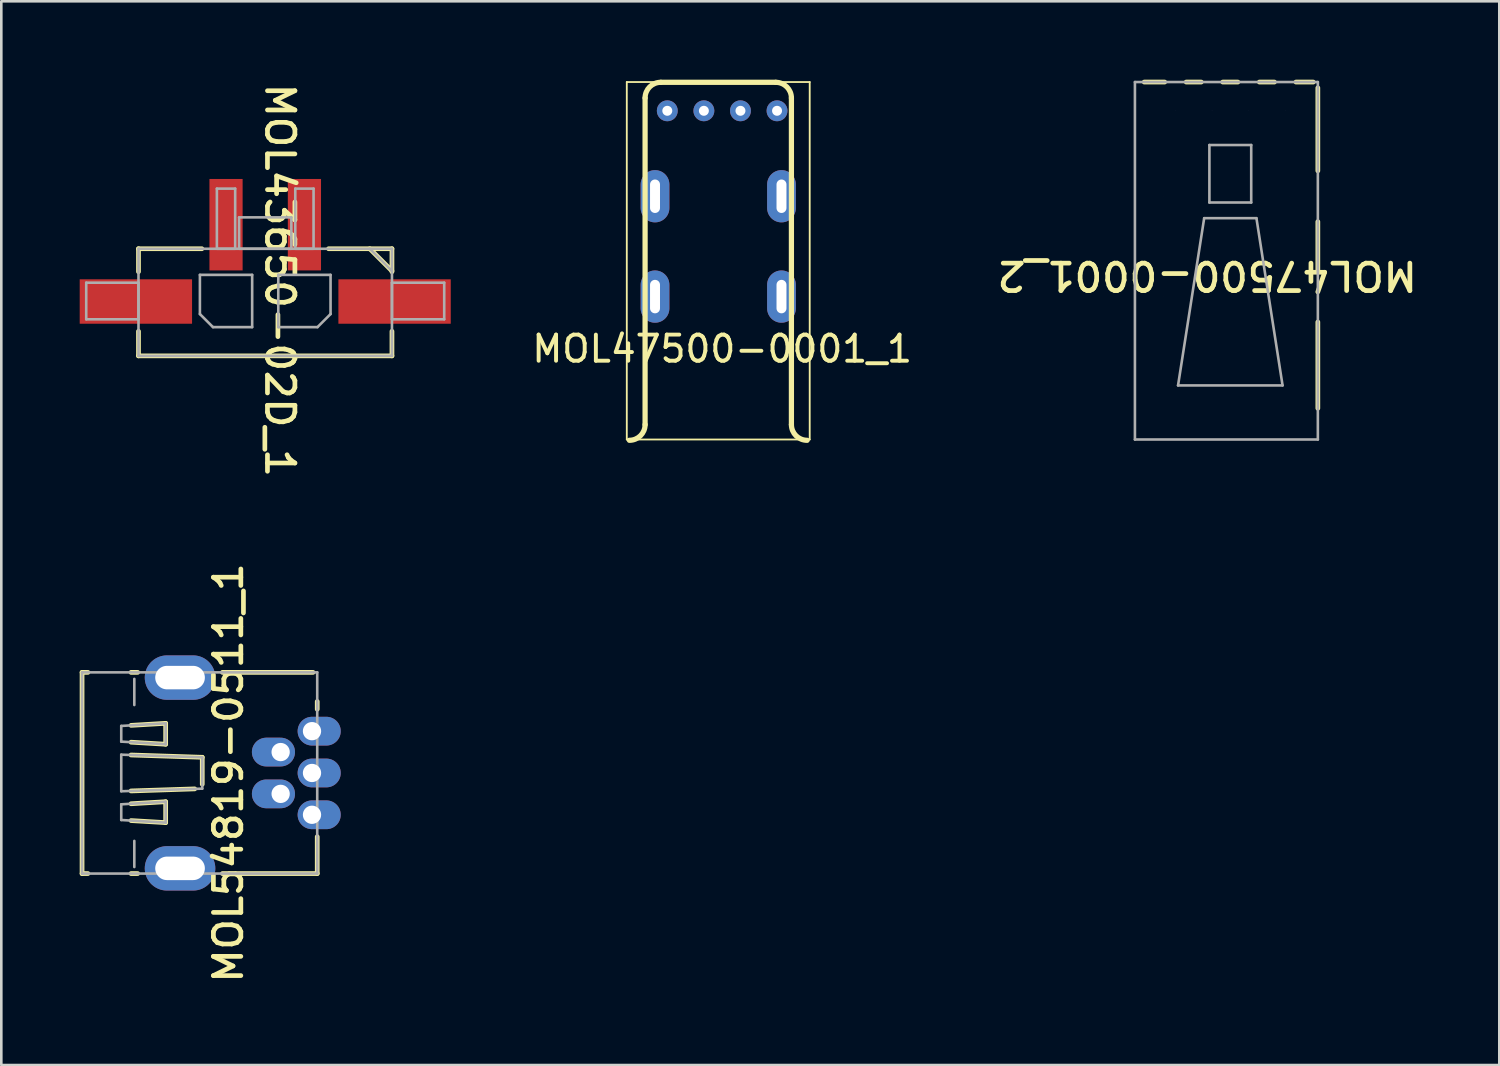
<source format=kicad_pcb>
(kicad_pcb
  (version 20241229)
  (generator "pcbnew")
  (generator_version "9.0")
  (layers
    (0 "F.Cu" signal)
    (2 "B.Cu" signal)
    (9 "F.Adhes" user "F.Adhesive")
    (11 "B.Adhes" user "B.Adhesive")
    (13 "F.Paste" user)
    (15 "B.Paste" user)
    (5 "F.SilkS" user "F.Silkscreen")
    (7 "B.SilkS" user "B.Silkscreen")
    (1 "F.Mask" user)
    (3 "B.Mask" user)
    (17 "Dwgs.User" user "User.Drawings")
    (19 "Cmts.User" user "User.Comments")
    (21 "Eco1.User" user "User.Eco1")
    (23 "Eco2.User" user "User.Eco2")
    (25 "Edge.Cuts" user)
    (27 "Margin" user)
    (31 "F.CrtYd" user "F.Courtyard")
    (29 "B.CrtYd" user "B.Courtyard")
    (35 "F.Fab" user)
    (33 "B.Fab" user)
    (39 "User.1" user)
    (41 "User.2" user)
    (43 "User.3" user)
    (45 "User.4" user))
  (footprint "MOL47500-0001_2"
    (layer "F.Cu")
    (at 44.033 8.3)
    (property "Reference" "MOL47500-0001_2" (at -0.883 -0.804 180) (unlocked yes) (layer "F.SilkS") (effects (font (size 1.05 1.104) (thickness 0.18))))
    (attr smd)
    (fp_line (start -2.57 -3.459) (end -2.57 -4.221) (stroke (width 0.254) (type solid)) (layer "F.Mask"))
    (fp_line (start -2.57 0.381) (end -2.57 -0.381) (stroke (width 0.254) (type solid)) (layer "F.Mask"))
    (fp_line (start -2.1 -6.754) (end -2.1 -7.466) (stroke (width 0.254) (type solid)) (layer "F.Mask"))
    (fp_line (start -0.7 -6.754) (end -0.7 -7.466) (stroke (width 0.254) (type solid)) (layer "F.Mask"))
    (fp_line (start 0.7 -6.754) (end 0.7 -7.466) (stroke (width 0.254) (type solid)) (layer "F.Mask"))
    (fp_line (start 2.1 -6.754) (end 2.1 -7.466) (stroke (width 0.254) (type solid)) (layer "F.Mask"))
    (fp_line (start 2.27 -3.459) (end 2.27 -4.221) (stroke (width 0.254) (type solid)) (layer "F.Mask"))
    (fp_line (start 2.27 0.381) (end 2.27 -0.381) (stroke (width 0.254) (type solid)) (layer "F.Mask"))
    (fp_line (start -2.57 -3.459) (end -2.57 -4.221) (stroke (width 0.254) (type solid)) (layer "B.Mask"))
    (fp_line (start -2.57 0.381) (end -2.57 -0.381) (stroke (width 0.254) (type solid)) (layer "B.Mask"))
    (fp_line (start -2.1 -6.754) (end -2.1 -7.466) (stroke (width 0.254) (type solid)) (layer "B.Mask"))
    (fp_line (start -0.7 -6.754) (end -0.7 -7.466) (stroke (width 0.254) (type solid)) (layer "B.Mask"))
    (fp_line (start 0.7 -6.754) (end 0.7 -7.466) (stroke (width 0.254) (type solid)) (layer "B.Mask"))
    (fp_line (start 2.1 -6.754) (end 2.1 -7.466) (stroke (width 0.254) (type solid)) (layer "B.Mask"))
    (fp_line (start 2.27 -3.459) (end 2.27 -4.221) (stroke (width 0.254) (type solid)) (layer "B.Mask"))
    (fp_line (start 2.27 0.381) (end 2.27 -0.381) (stroke (width 0.254) (type solid)) (layer "B.Mask"))
    (fp_line (start -3.295 -8.21) (end -2.511 -8.21) (stroke (width 0.18) (type solid)) (layer "F.SilkS"))
    (fp_line (start -1.689 -8.21) (end -1.111 -8.21) (stroke (width 0.18) (type solid)) (layer "F.SilkS"))
    (fp_line (start -0.289 -8.21) (end 0.289 -8.21) (stroke (width 0.18) (type solid)) (layer "F.SilkS"))
    (fp_line (start 1.111 -8.21) (end 1.689 -8.21) (stroke (width 0.18) (type solid)) (layer "F.SilkS"))
    (fp_line (start 2.511 -8.21) (end 3.175 -8.21) (stroke (width 0.18) (type solid)) (layer "F.SilkS"))
    (fp_line (start 3.35 -4.813) (end 3.35 -7.989) (stroke (width 0.18) (type solid)) (layer "F.SilkS"))
    (fp_line (start 3.35 -0.973) (end 3.35 -2.867) (stroke (width 0.18) (type solid)) (layer "F.SilkS"))
    (fp_line (start 3.35 4.275) (end 3.35 0.973) (stroke (width 0.18) (type solid)) (layer "F.SilkS"))
    (fp_line (start -3.65 -8.21) (end 3.35 -8.21) (stroke (width 0.1) (type solid)) (layer "F.Fab"))
    (fp_line (start -3.65 5.47) (end -3.65 -8.21) (stroke (width 0.1) (type solid)) (layer "F.Fab"))
    (fp_line (start -3.65 5.47) (end 3.35 5.47) (stroke (width 0.1) (type solid)) (layer "F.Fab"))
    (fp_line (start -2 3.4) (end -1 -3) (stroke (width 0.1) (type solid)) (layer "F.Fab"))
    (fp_line (start -2 3.4) (end 2 3.4) (stroke (width 0.1) (type solid)) (layer "F.Fab"))
    (fp_line (start -1 -3) (end 1 -3) (stroke (width 0.1) (type solid)) (layer "F.Fab"))
    (fp_line (start -0.8 -5.8) (end 0.8 -5.8) (stroke (width 0.1) (type solid)) (layer "F.Fab"))
    (fp_line (start -0.8 -3.6) (end -0.8 -5.8) (stroke (width 0.1) (type solid)) (layer "F.Fab"))
    (fp_line (start -0.8 -3.6) (end 0.8 -3.6) (stroke (width 0.1) (type solid)) (layer "F.Fab"))
    (fp_line (start 0.8 -3.6) (end 0.8 -5.8) (stroke (width 0.1) (type solid)) (layer "F.Fab"))
    (fp_line (start 1 -3) (end 2 3.4) (stroke (width 0.1) (type solid)) (layer "F.Fab"))
    (fp_line (start 3.35 5.47) (end 3.35 -8.21) (stroke (width 0.1) (type solid)) (layer "F.Fab"))
    (pad "1" thru_hole circle (at 2.1 -7.11) (size 0.005 0.005) (drill 0.813) (layers "*.Cu" "*.Mask"))
    (pad "2" thru_hole circle (at 0.7 -7.11) (size 0.005 0.005) (drill 0.813) (layers "*.Cu" "*.Mask"))
    (pad "3" thru_hole circle (at -0.7 -7.11) (size 0.005 0.005) (drill 0.813) (layers "*.Cu" "*.Mask"))
    (pad "4" thru_hole circle (at -2.1 -7.11) (size 0.005 0.005) (drill 0.813) (layers "*.Cu" "*.Mask"))
    (pad "5" smd circle (at -2.57 -3.84) (size 0.005 0.005) (layers "F.Cu" "F.Mask" "F.Paste"))
    (pad "6" smd circle (at 2.27 -3.84) (size 0.005 0.005) (layers "F.Cu" "F.Mask" "F.Paste"))
    (pad "7" smd circle (at 2.27 0) (size 0.005 0.005) (layers "F.Cu" "F.Mask" "F.Paste"))
    (pad "8" smd circle (at -2.57 0) (size 0.005 0.005) (layers "F.Cu" "F.Mask" "F.Paste")))
  (footprint "MOL47500-0001_1"
    (layer "F.Cu")
    (at 24.587 8.3)
    (property "Reference" "MOL47500-0001_1" (at 0 2 0) (layer "F.SilkS") (effects (font (size 1 1) (thickness 0.15))))
    (attr through_hole)
    (fp_line (start -3.65 -8.21) (end -3.65 5.47) (stroke (width 0.07) (type solid)) (layer "F.SilkS"))
    (fp_line (start -3.65 5.47) (end 3.35 5.47) (stroke (width 0.07) (type solid)) (layer "F.SilkS"))
    (fp_line (start -2.95 4.9) (end -2.95 -7.6) (stroke (width 0.2) (type solid)) (layer "F.SilkS"))
    (fp_line (start 2.05 -8.2) (end -2.35 -8.2) (stroke (width 0.2) (type solid)) (layer "F.SilkS"))
    (fp_line (start 2.65 4.9) (end 2.65 -7.6) (stroke (width 0.2) (type solid)) (layer "F.SilkS"))
    (fp_line (start 3.35 -8.21) (end -3.65 -8.21) (stroke (width 0.07) (type solid)) (layer "F.SilkS"))
    (fp_line (start 3.35 5.47) (end 3.35 -8.21) (stroke (width 0.07) (type solid)) (layer "F.SilkS"))
    (fp_arc (start -2.95 -7.6) (mid -2.774264 -8.024264) (end -2.35 -8.2) (stroke (width 0.2) (type solid)) (layer "F.SilkS"))
    (fp_arc (start -2.95 4.9) (mid -3.125736 5.324264) (end -3.55 5.5) (stroke (width 0.2) (type solid)) (layer "F.SilkS"))
    (fp_arc (start 2.05 -8.2) (mid 2.474264 -8.024264) (end 2.65 -7.6) (stroke (width 0.2) (type solid)) (layer "F.SilkS"))
    (fp_arc (start 3.25 5.5) (mid 2.825736 5.324264) (end 2.65 4.9) (stroke (width 0.2) (type solid)) (layer "F.SilkS"))
    (pad "1" thru_hole circle (at 2.1 -7.11) (size 0.8 0.8) (drill 0.381) (layers "*.Cu" "*.Mask"))
    (pad "2" thru_hole circle (at 0.7 -7.11) (size 0.8 0.8) (drill 0.381) (layers "*.Cu" "*.Mask"))
    (pad "3" thru_hole circle (at -0.7 -7.11) (size 0.8 0.8) (drill 0.381) (layers "*.Cu" "*.Mask"))
    (pad "4" thru_hole circle (at -2.1 -7.11) (size 0.8 0.8) (drill 0.381) (layers "*.Cu" "*.Mask"))
    (pad "5" thru_hole oval (at 2.27 -3.84) (size 1.1 2) (drill oval 0.381 1.281) (layers "*.Cu" "*.Mask"))
    (pad "6" thru_hole oval (at -2.57 -3.84) (size 1.1 2) (drill oval 0.381 1.281) (layers "*.Cu" "*.Mask"))
    (pad "7" thru_hole oval (at 2.27 0) (size 1.1 2) (drill oval 0.381 1.281) (layers "*.Cu" "*.Mask"))
    (pad "8" thru_hole oval (at -2.57 0) (size 1.1 2) (drill oval 0.381 1.281) (layers "*.Cu" "*.Mask")))
  (footprint "MOL43650-02D_1"
    (layer "F.Cu")
    (at 7.1 8.489)
    (property "Reference" "MOL43650-02D_1" (at 0.562 -0.812 270) (unlocked yes) (layer "F.SilkS") (effects (font (size 1.05 1.104) (thickness 0.18))))
    (attr smd)
    (fp_line (start -4.85 -2.02) (end -2.425 -2.02) (stroke (width 0.18) (type solid)) (layer "F.SilkS"))
    (fp_line (start -4.85 -1.14) (end -4.85 -2.02) (stroke (width 0.18) (type solid)) (layer "F.SilkS"))
    (fp_line (start -4.85 2.08) (end -4.85 1.14) (stroke (width 0.18) (type solid)) (layer "F.SilkS"))
    (fp_line (start -4.85 2.08) (end 4.85 2.08) (stroke (width 0.18) (type solid)) (layer "F.SilkS"))
    (fp_line (start 2.425 -2.02) (end 4.85 -2.02) (stroke (width 0.18) (type solid)) (layer "F.SilkS"))
    (fp_line (start 4 -2.02) (end 4.85 -1.17) (stroke (width 0.18) (type solid)) (layer "F.SilkS"))
    (fp_line (start 4.85 -1.14) (end 4.85 -2.02) (stroke (width 0.18) (type solid)) (layer "F.SilkS"))
    (fp_line (start 4.85 2.08) (end 4.85 1.14) (stroke (width 0.18) (type solid)) (layer "F.SilkS"))
    (fp_line (start -6.85 -0.72) (end -4.85 -0.72) (stroke (width 0.1) (type solid)) (layer "F.Fab"))
    (fp_line (start -6.85 0.68) (end -6.85 -0.72) (stroke (width 0.1) (type solid)) (layer "F.Fab"))
    (fp_line (start -6.85 0.68) (end -4.85 0.68) (stroke (width 0.1) (type solid)) (layer "F.Fab"))
    (fp_line (start -4.85 -2.02) (end 4.85 -2.02) (stroke (width 0.1) (type solid)) (layer "F.Fab"))
    (fp_line (start -4.85 0.68) (end -4.85 -0.72) (stroke (width 0.1) (type solid)) (layer "F.Fab"))
    (fp_line (start -4.85 2.08) (end -4.85 -2.02) (stroke (width 0.1) (type solid)) (layer "F.Fab"))
    (fp_line (start -4.85 2.08) (end 4.85 2.08) (stroke (width 0.1) (type solid)) (layer "F.Fab"))
    (fp_line (start -2.5 -1.02) (end -0.5 -1.02) (stroke (width 0.1) (type solid)) (layer "F.Fab"))
    (fp_line (start -2.5 0.48) (end -2.5 -1.02) (stroke (width 0.1) (type solid)) (layer "F.Fab"))
    (fp_line (start -2.5 0.48) (end -2 0.98) (stroke (width 0.1) (type solid)) (layer "F.Fab"))
    (fp_line (start -2 0.98) (end -0.5 0.98) (stroke (width 0.1) (type solid)) (layer "F.Fab"))
    (fp_line (start -1.85 -4.32) (end -1.15 -4.32) (stroke (width 0.1) (type solid)) (layer "F.Fab"))
    (fp_line (start -1.85 -2.02) (end -1.85 -4.32) (stroke (width 0.1) (type solid)) (layer "F.Fab"))
    (fp_line (start -1.85 -2.02) (end -1.15 -2.02) (stroke (width 0.1) (type solid)) (layer "F.Fab"))
    (fp_line (start -1.15 -2.02) (end -1.15 -4.32) (stroke (width 0.1) (type solid)) (layer "F.Fab"))
    (fp_line (start -1 -3.22) (end 1 -3.22) (stroke (width 0.1) (type solid)) (layer "F.Fab"))
    (fp_line (start -1 -2.02) (end -1 -3.22) (stroke (width 0.1) (type solid)) (layer "F.Fab"))
    (fp_line (start -1 -2.02) (end 1 -2.02) (stroke (width 0.1) (type solid)) (layer "F.Fab"))
    (fp_line (start -0.5 0.98) (end -0.5 -1.02) (stroke (width 0.1) (type solid)) (layer "F.Fab"))
    (fp_line (start 0.5 -1.02) (end 2.5 -1.02) (stroke (width 0.1) (type solid)) (layer "F.Fab"))
    (fp_line (start 0.5 0.98) (end 0.5 -1.02) (stroke (width 0.1) (type solid)) (layer "F.Fab"))
    (fp_line (start 0.5 0.98) (end 2 0.98) (stroke (width 0.1) (type solid)) (layer "F.Fab"))
    (fp_line (start 1 -2.02) (end 1 -3.22) (stroke (width 0.1) (type solid)) (layer "F.Fab"))
    (fp_line (start 1.15 -4.32) (end 1.85 -4.32) (stroke (width 0.1) (type solid)) (layer "F.Fab"))
    (fp_line (start 1.15 -2.02) (end 1.15 -4.32) (stroke (width 0.1) (type solid)) (layer "F.Fab"))
    (fp_line (start 1.15 -2.02) (end 1.85 -2.02) (stroke (width 0.1) (type solid)) (layer "F.Fab"))
    (fp_line (start 1.85 -2.02) (end 1.85 -4.32) (stroke (width 0.1) (type solid)) (layer "F.Fab"))
    (fp_line (start 2 0.98) (end 2.5 0.48) (stroke (width 0.1) (type solid)) (layer "F.Fab"))
    (fp_line (start 2.5 0.48) (end 2.5 -1.02) (stroke (width 0.1) (type solid)) (layer "F.Fab"))
    (fp_line (start 4 -2.02) (end 4.85 -1.17) (stroke (width 0.1) (type solid)) (layer "F.Fab"))
    (fp_line (start 4.85 -0.72) (end 6.85 -0.72) (stroke (width 0.1) (type solid)) (layer "F.Fab"))
    (fp_line (start 4.85 0.68) (end 4.85 -0.72) (stroke (width 0.1) (type solid)) (layer "F.Fab"))
    (fp_line (start 4.85 0.68) (end 6.85 0.68) (stroke (width 0.1) (type solid)) (layer "F.Fab"))
    (fp_line (start 4.85 2.08) (end 4.85 -2.02) (stroke (width 0.1) (type solid)) (layer "F.Fab"))
    (fp_line (start 6.85 0.68) (end 6.85 -0.72) (stroke (width 0.1) (type solid)) (layer "F.Fab"))
    (pad "1" smd rect (at 1.5 -2.94) (size 1.27 3.5) (layers "F.Cu" "F.Mask" "F.Paste"))
    (pad "2" smd rect (at -1.5 -2.94) (size 1.27 3.5) (layers "F.Cu" "F.Mask" "F.Paste"))
    (pad "3" smd rect (at -4.95 0 90) (size 1.7 4.3) (layers "F.Cu" "F.Mask" "F.Paste"))
    (pad "4" smd rect (at 4.95 0 90) (size 1.7 4.3) (layers "F.Cu" "F.Mask" "F.Paste")))
  (footprint "MOL54819-0511_1"
    (layer "F.Cu")
    (at 8.89 26.531)
    (property "Reference" "MOL54819-0511_1" (at -3.2 0 90) (unlocked yes) (layer "F.SilkS") (effects (font (size 1.05 1.104) (thickness 0.18))))
    (attr smd)
    (fp_line (start -8.8 -3.85) (end -8.575 -3.85) (stroke (width 0.18) (type solid)) (layer "F.SilkS"))
    (fp_line (start -8.8 3.85) (end -8.8 -3.85) (stroke (width 0.18) (type solid)) (layer "F.SilkS"))
    (fp_line (start -8.8 3.85) (end -8.575 3.85) (stroke (width 0.18) (type solid)) (layer "F.SilkS"))
    (fp_line (start -6.925 -3.85) (end -6.672 -3.85) (stroke (width 0.18) (type solid)) (layer "F.SilkS"))
    (fp_line (start -6.925 -1.822) (end -5.6 -1.9) (stroke (width 0.18) (type solid)) (layer "F.SilkS"))
    (fp_line (start -6.925 -1.178) (end -5.6 -1.1) (stroke (width 0.18) (type solid)) (layer "F.SilkS"))
    (fp_line (start -6.925 -0.688) (end -4.2 -0.6) (stroke (width 0.18) (type solid)) (layer "F.SilkS"))
    (fp_line (start -6.925 0.688) (end -4.49 0.609) (stroke (width 0.18) (type solid)) (layer "F.SilkS"))
    (fp_line (start -6.925 1.178) (end -5.6 1.1) (stroke (width 0.18) (type solid)) (layer "F.SilkS"))
    (fp_line (start -6.925 1.822) (end -5.6 1.9) (stroke (width 0.18) (type solid)) (layer "F.SilkS"))
    (fp_line (start -6.925 3.85) (end -6.672 3.85) (stroke (width 0.18) (type solid)) (layer "F.SilkS"))
    (fp_line (start -5.6 -1.1) (end -5.6 -1.9) (stroke (width 0.18) (type solid)) (layer "F.SilkS"))
    (fp_line (start -5.6 1.9) (end -5.6 1.1) (stroke (width 0.18) (type solid)) (layer "F.SilkS"))
    (fp_line (start -4.2 0.432) (end -4.2 -0.6) (stroke (width 0.18) (type solid)) (layer "F.SilkS"))
    (fp_line (start -3.428 -3.85) (end 0.04 -3.85) (stroke (width 0.18) (type solid)) (layer "F.SilkS"))
    (fp_line (start -3.428 3.85) (end 0.2 3.85) (stroke (width 0.18) (type solid)) (layer "F.SilkS"))
    (fp_line (start 0.2 -2.44) (end 0.2 -2.735) (stroke (width 0.18) (type solid)) (layer "F.SilkS"))
    (fp_line (start 0.2 3.85) (end 0.2 2.44) (stroke (width 0.18) (type solid)) (layer "F.SilkS"))
    (fp_line (start -8.8 -3.85) (end 0.2 -3.85) (stroke (width 0.1) (type solid)) (layer "F.Fab"))
    (fp_line (start -8.8 3.85) (end -8.8 -3.85) (stroke (width 0.1) (type solid)) (layer "F.Fab"))
    (fp_line (start -8.8 3.85) (end 0.2 3.85) (stroke (width 0.1) (type solid)) (layer "F.Fab"))
    (fp_line (start -7.3 -1.8) (end -5.6 -1.9) (stroke (width 0.1) (type solid)) (layer "F.Fab"))
    (fp_line (start -7.3 -1.2) (end -7.3 -1.8) (stroke (width 0.1) (type solid)) (layer "F.Fab"))
    (fp_line (start -7.3 -1.2) (end -5.6 -1.1) (stroke (width 0.1) (type solid)) (layer "F.Fab"))
    (fp_line (start -7.3 -0.7) (end -4.2 -0.6) (stroke (width 0.1) (type solid)) (layer "F.Fab"))
    (fp_line (start -7.3 0.7) (end -7.3 -0.7) (stroke (width 0.1) (type solid)) (layer "F.Fab"))
    (fp_line (start -7.3 0.7) (end -4.2 0.6) (stroke (width 0.1) (type solid)) (layer "F.Fab"))
    (fp_line (start -7.3 1.2) (end -5.6 1.1) (stroke (width 0.1) (type solid)) (layer "F.Fab"))
    (fp_line (start -7.3 1.8) (end -7.3 1.2) (stroke (width 0.1) (type solid)) (layer "F.Fab"))
    (fp_line (start -7.3 1.8) (end -5.6 1.9) (stroke (width 0.1) (type solid)) (layer "F.Fab"))
    (fp_line (start -6.8 -2.6) (end -6.8 -3.6) (stroke (width 0.1) (type solid)) (layer "F.Fab"))
    (fp_line (start -6.8 3.6) (end -6.8 2.6) (stroke (width 0.1) (type solid)) (layer "F.Fab"))
    (fp_line (start -5.6 -1.1) (end -5.6 -1.9) (stroke (width 0.1) (type solid)) (layer "F.Fab"))
    (fp_line (start -5.6 1.9) (end -5.6 1.1) (stroke (width 0.1) (type solid)) (layer "F.Fab"))
    (fp_line (start -4.2 0.6) (end -4.2 -0.6) (stroke (width 0.1) (type solid)) (layer "F.Fab"))
    (fp_line (start 0.2 3.85) (end 0.2 -3.85) (stroke (width 0.1) (type solid)) (layer "F.Fab"))
    (pad "1" thru_hole oval (at 0 -1.6) (size 1.65 1.1) (drill 0.7 (offset 0.275 0)) (layers "*.Cu" "*.Mask"))
    (pad "2" thru_hole oval (at -1.2 -0.8) (size 1.65 1.1) (drill 0.7 (offset -0.275 0)) (layers "*.Cu" "*.Mask"))
    (pad "3" thru_hole oval (at 0 0) (size 1.65 1.1) (drill 0.7 (offset 0.275 0)) (layers "*.Cu" "*.Mask"))
    (pad "4" thru_hole oval (at -1.2 0.8) (size 1.65 1.1) (drill 0.7 (offset -0.275 0)) (layers "*.Cu" "*.Mask"))
    (pad "5" thru_hole oval (at 0 1.6) (size 1.65 1.1) (drill 0.7 (offset 0.275 0)) (layers "*.Cu" "*.Mask"))
    (pad "6" thru_hole oval (at -5.05 3.65) (size 2.7 1.7) (drill oval 1.9 0.9) (layers "*.Cu" "*.Mask"))
    (pad "7" thru_hole oval (at -5.05 -3.65) (size 2.7 1.7) (drill oval 1.9 0.9) (layers "*.Cu" "*.Mask")))
  (gr_rect
    (start -3 -3)
    (end 54.327 37.708)
    (stroke (width 0.1) (type default))
    (fill no)
    (layer "Edge.Cuts")))
</source>
